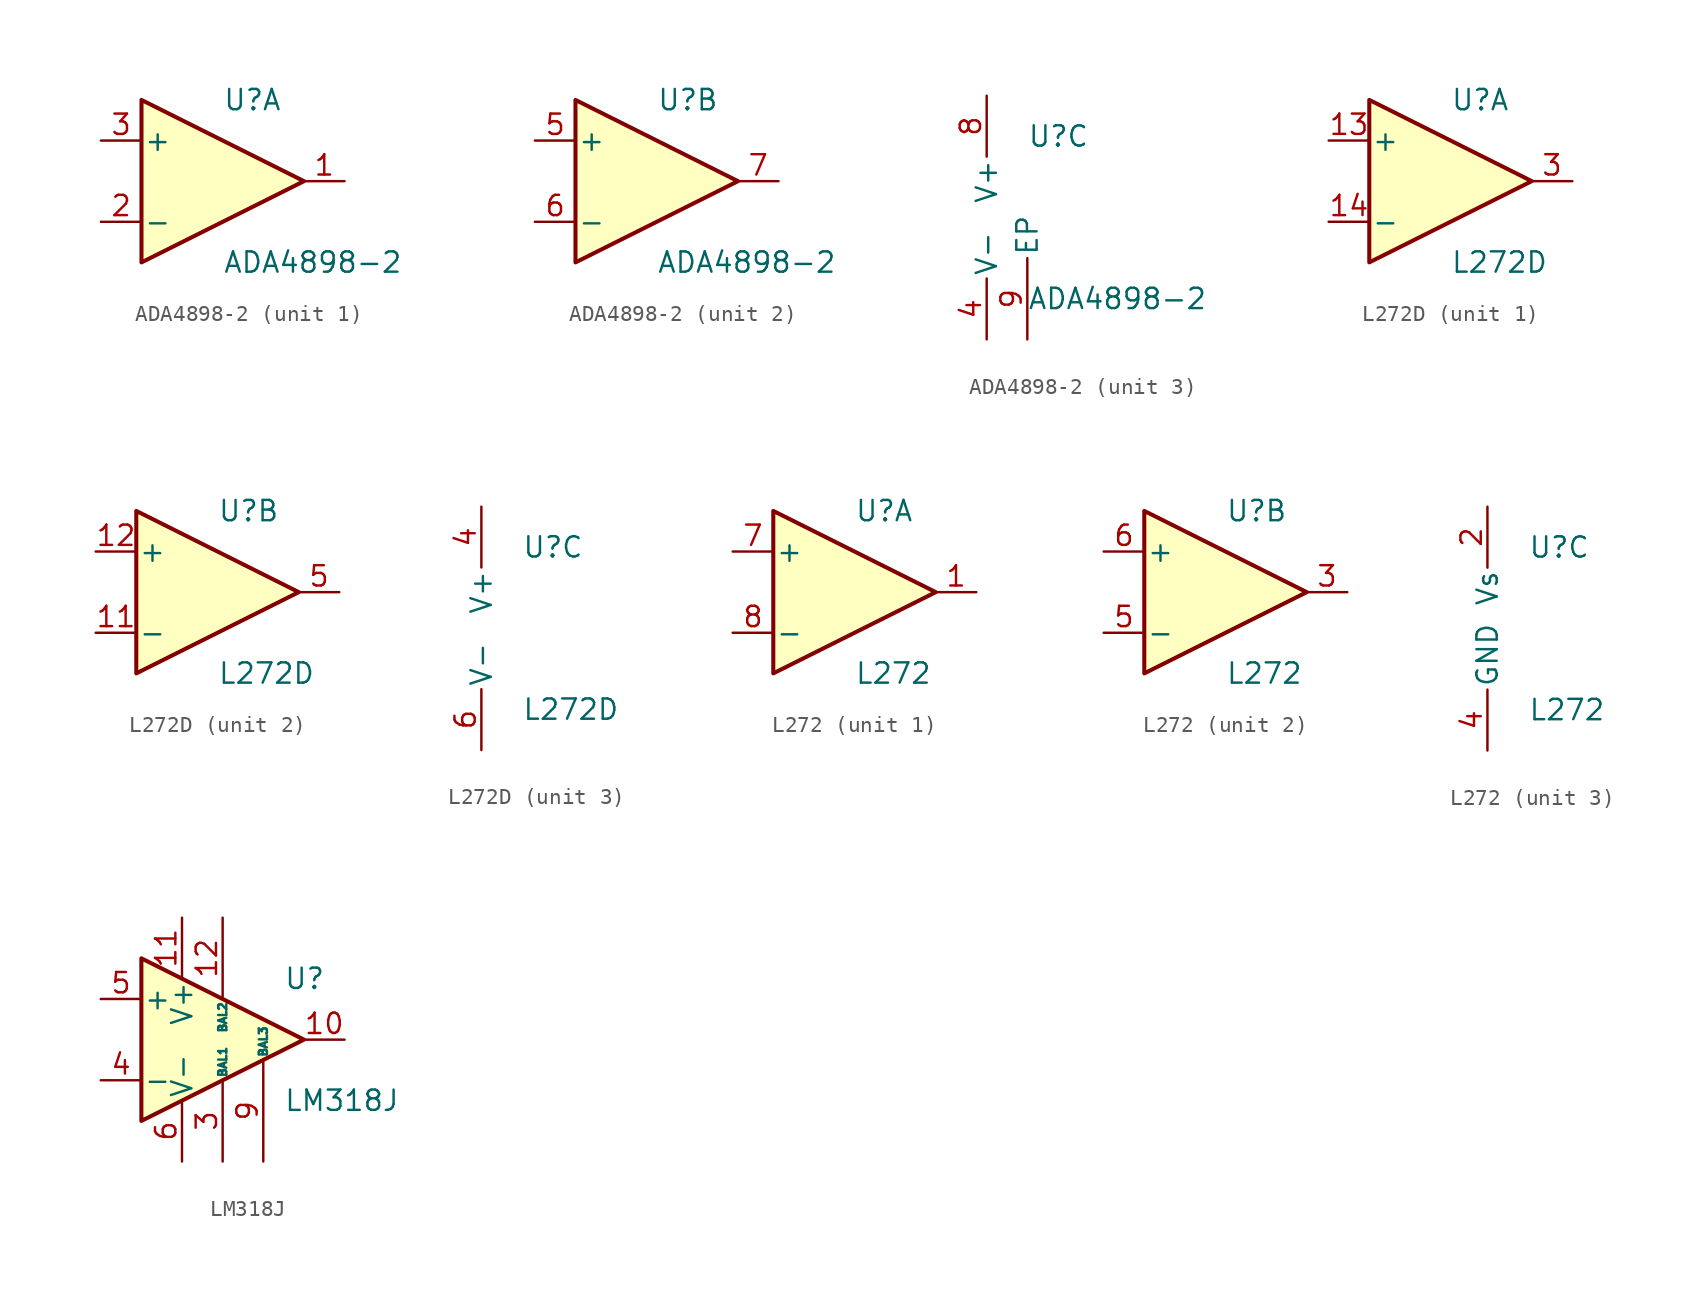
<source format=kicad_sym>
(kicad_symbol_lib
  (version 20201005)
  (generator kicad_symbol_editor)
  (symbol "ADA4898-2"
    (pin_names
      (offset 0.127))
    (property "Reference" "U"
      (at 0 5.08 0)
      (effects (font (size 1.27 1.27)) (justify left)))
    (property "Value" "ADA4898-2"
      (at 0 -5.08 0)
      (effects (font (size 1.27 1.27)) (justify left)))
    (property "ki_locked" ""
      (at 0 0 0)
      (effects (font (size 1.27 1.27))))
    (symbol "ADA4898-2_1_1"
      (polyline (pts (xy -5.08 5.08) (xy 5.08 0) (xy -5.08 -5.08) (xy -5.08 5.08)) (stroke (width 0.254)) (fill (type background)))
      (pin output line (at 7.62 0 180) (length 2.54) (name "~" (effects (font (size 1.27 1.27)))) (number "1" (effects (font (size 1.27 1.27)))))
      (pin input line (at -7.62 -2.54 0) (length 2.54) (name "-" (effects (font (size 1.27 1.27)))) (number "2" (effects (font (size 1.27 1.27)))))
      (pin input line (at -7.62 2.54 0) (length 2.54) (name "+" (effects (font (size 1.27 1.27)))) (number "3" (effects (font (size 1.27 1.27))))))
    (symbol "ADA4898-2_2_1"
      (polyline (pts (xy -5.08 5.08) (xy 5.08 0) (xy -5.08 -5.08) (xy -5.08 5.08)) (stroke (width 0.254)) (fill (type background)))
      (pin input line (at -7.62 2.54 0) (length 2.54) (name "+" (effects (font (size 1.27 1.27)))) (number "5" (effects (font (size 1.27 1.27)))))
      (pin input line (at -7.62 -2.54 0) (length 2.54) (name "-" (effects (font (size 1.27 1.27)))) (number "6" (effects (font (size 1.27 1.27)))))
      (pin output line (at 7.62 0 180) (length 2.54) (name "~" (effects (font (size 1.27 1.27)))) (number "7" (effects (font (size 1.27 1.27))))))
    (symbol "ADA4898-2_3_1"
      (pin power_in line (at -2.54 -7.62 90) (length 3.81) (name "V-" (effects (font (size 1.27 1.27)))) (number "4" (effects (font (size 1.27 1.27)))))
      (pin power_in line (at -2.54 7.62 270) (length 3.81) (name "V+" (effects (font (size 1.27 1.27)))) (number "8" (effects (font (size 1.27 1.27)))))
      (pin passive line (at 0 -7.62 90) (length 5.08) (name "EP" (effects (font (size 1.27 1.27)))) (number "9" (effects (font (size 1.27 1.27)))))))
  (symbol "L272D"
    (pin_names
      (offset 0.127))
    (property "Reference" "U"
      (at 0 5.08 0)
      (effects (font (size 1.27 1.27)) (justify left)))
    (property "Value" "L272D"
      (at 0 -5.08 0)
      (effects (font (size 1.27 1.27)) (justify left)))
    (property "ki_locked" ""
      (at 0 0 0)
      (effects (font (size 1.27 1.27))))
    (symbol "L272D_1_1"
      (polyline (pts (xy -5.08 5.08) (xy 5.08 0) (xy -5.08 -5.08) (xy -5.08 5.08)) (stroke (width 0.254)) (fill (type background)))
      (pin no_connect line (at -2.54 -2.54 90) (length 2.54) hide (name "NC" (effects (font (size 1.27 1.27)))) (number "1" (effects (font (size 1.27 1.27)))))
      (pin input line (at -7.62 2.54 0) (length 2.54) (name "+" (effects (font (size 1.27 1.27)))) (number "13" (effects (font (size 1.27 1.27)))))
      (pin input line (at -7.62 -2.54 0) (length 2.54) (name "-" (effects (font (size 1.27 1.27)))) (number "14" (effects (font (size 1.27 1.27)))))
      (pin no_connect line (at 0 -2.54 90) (length 2.54) hide (name "NC" (effects (font (size 1.27 1.27)))) (number "2" (effects (font (size 1.27 1.27)))))
      (pin output line (at 7.62 0 180) (length 2.54) (name "~" (effects (font (size 1.27 1.27)))) (number "3" (effects (font (size 1.27 1.27)))))
      (pin no_connect line (at -2.54 2.54 90) (length 2.54) hide (name "NC" (effects (font (size 1.27 1.27)))) (number "7" (effects (font (size 1.27 1.27)))))
      (pin no_connect line (at 0 2.54 90) (length 2.54) hide (name "NC" (effects (font (size 1.27 1.27)))) (number "8" (effects (font (size 1.27 1.27))))))
    (symbol "L272D_2_1"
      (polyline (pts (xy -5.08 5.08) (xy 5.08 0) (xy -5.08 -5.08) (xy -5.08 5.08)) (stroke (width 0.254)) (fill (type background)))
      (pin no_connect line (at 0 -2.54 270) (length 2.54) hide (name "NC" (effects (font (size 1.27 1.27)))) (number "10" (effects (font (size 1.27 1.27)))))
      (pin input line (at -7.62 -2.54 0) (length 2.54) (name "-" (effects (font (size 1.27 1.27)))) (number "11" (effects (font (size 1.27 1.27)))))
      (pin input line (at -7.62 2.54 0) (length 2.54) (name "+" (effects (font (size 1.27 1.27)))) (number "12" (effects (font (size 1.27 1.27)))))
      (pin no_connect line (at -2.54 2.54 270) (length 2.54) hide (name "NC" (effects (font (size 1.27 1.27)))) (number "15" (effects (font (size 1.27 1.27)))))
      (pin no_connect line (at 0 2.54 270) (length 2.54) hide (name "NC" (effects (font (size 1.27 1.27)))) (number "16" (effects (font (size 1.27 1.27)))))
      (pin output line (at 7.62 0 180) (length 2.54) (name "~" (effects (font (size 1.27 1.27)))) (number "5" (effects (font (size 1.27 1.27)))))
      (pin no_connect line (at -2.54 -2.54 270) (length 2.54) hide (name "NC" (effects (font (size 1.27 1.27)))) (number "9" (effects (font (size 1.27 1.27))))))
    (symbol "L272D_3_1"
      (pin power_in line (at -2.54 7.62 270) (length 3.81) (name "V+" (effects (font (size 1.27 1.27)))) (number "4" (effects (font (size 1.27 1.27)))))
      (pin power_in line (at -2.54 -7.62 90) (length 3.81) (name "V-" (effects (font (size 1.27 1.27)))) (number "6" (effects (font (size 1.27 1.27)))))))
  (symbol "L272"
    (pin_names
      (offset 0.127))
    (property "Reference" "U"
      (at 0 5.08 0)
      (effects (font (size 1.27 1.27)) (justify left)))
    (property "Value" "L272"
      (at 0 -5.08 0)
      (effects (font (size 1.27 1.27)) (justify left)))
    (property "ki_locked" ""
      (at 0 0 0)
      (effects (font (size 1.27 1.27))))
    (symbol "L272_1_1"
      (polyline (pts (xy -5.08 5.08) (xy 5.08 0) (xy -5.08 -5.08) (xy -5.08 5.08)) (stroke (width 0.254)) (fill (type background)))
      (pin output line (at 7.62 0 180) (length 2.54) (name "~" (effects (font (size 1.27 1.27)))) (number "1" (effects (font (size 1.27 1.27)))))
      (pin input line (at -7.62 2.54 0) (length 2.54) (name "+" (effects (font (size 1.27 1.27)))) (number "7" (effects (font (size 1.27 1.27)))))
      (pin input line (at -7.62 -2.54 0) (length 2.54) (name "-" (effects (font (size 1.27 1.27)))) (number "8" (effects (font (size 1.27 1.27))))))
    (symbol "L272_2_1"
      (polyline (pts (xy -5.08 5.08) (xy 5.08 0) (xy -5.08 -5.08) (xy -5.08 5.08)) (stroke (width 0.254)) (fill (type background)))
      (pin output line (at 7.62 0 180) (length 2.54) (name "~" (effects (font (size 1.27 1.27)))) (number "3" (effects (font (size 1.27 1.27)))))
      (pin input line (at -7.62 -2.54 0) (length 2.54) (name "-" (effects (font (size 1.27 1.27)))) (number "5" (effects (font (size 1.27 1.27)))))
      (pin input line (at -7.62 2.54 0) (length 2.54) (name "+" (effects (font (size 1.27 1.27)))) (number "6" (effects (font (size 1.27 1.27))))))
    (symbol "L272_3_1"
      (pin passive line (at -2.54 -7.62 90) (length 3.81) hide (name "GND" (effects (font (size 1.27 1.27)))) (number "10" (effects (font (size 1.27 1.27)))))
      (pin passive line (at -2.54 -7.62 90) (length 3.81) hide (name "GND" (effects (font (size 1.27 1.27)))) (number "11" (effects (font (size 1.27 1.27)))))
      (pin passive line (at -2.54 -7.62 90) (length 3.81) hide (name "GND" (effects (font (size 1.27 1.27)))) (number "12" (effects (font (size 1.27 1.27)))))
      (pin passive line (at -2.54 -7.62 90) (length 3.81) hide (name "GND" (effects (font (size 1.27 1.27)))) (number "13" (effects (font (size 1.27 1.27)))))
      (pin passive line (at -2.54 -7.62 90) (length 3.81) hide (name "GND" (effects (font (size 1.27 1.27)))) (number "14" (effects (font (size 1.27 1.27)))))
      (pin passive line (at -2.54 -7.62 90) (length 3.81) hide (name "GND" (effects (font (size 1.27 1.27)))) (number "15" (effects (font (size 1.27 1.27)))))
      (pin passive line (at -2.54 -7.62 90) (length 3.81) hide (name "GND" (effects (font (size 1.27 1.27)))) (number "16" (effects (font (size 1.27 1.27)))))
      (pin power_in line (at -2.54 7.62 270) (length 3.81) (name "Vs" (effects (font (size 1.27 1.27)))) (number "2" (effects (font (size 1.27 1.27)))))
      (pin power_in line (at -2.54 -7.62 90) (length 3.81) (name "GND" (effects (font (size 1.27 1.27)))) (number "4" (effects (font (size 1.27 1.27)))))
      (pin passive line (at -2.54 -7.62 90) (length 3.81) hide (name "GND" (effects (font (size 1.27 1.27)))) (number "9" (effects (font (size 1.27 1.27)))))))
  (symbol "LM318J"
    (pin_names
      (offset 0.127))
    (property "Reference" "U"
      (at 3.81 3.81 0)
      (effects (font (size 1.27 1.27)) (justify left)))
    (property "Value" "LM318J"
      (at 3.81 -3.81 0)
      (effects (font (size 1.27 1.27)) (justify left)))
    (symbol "LM318J_0_1"
      (polyline (pts (xy 5.08 0) (xy -5.08 5.08) (xy -5.08 -5.08) (xy 5.08 0)) (stroke (width 0.254)) (fill (type background))))
    (symbol "LM318J_1_1"
      (pin no_connect line (at -5.08 2.54 270) (length 2.54) hide (name "NC" (effects (font (size 1.27 1.27)))) (number "1" (effects (font (size 1.27 1.27)))))
      (pin output line (at 7.62 0 180) (length 2.54) (name "~" (effects (font (size 1.27 1.27)))) (number "10" (effects (font (size 1.27 1.27)))))
      (pin power_in line (at -2.54 7.62 270) (length 3.81) (name "V+" (effects (font (size 1.27 1.27)))) (number "11" (effects (font (size 1.27 1.27)))))
      (pin passive line (at 0 7.62 270) (length 5.08) (name "BAL2" (effects (font (size 0.508 0.508)))) (number "12" (effects (font (size 1.27 1.27)))))
      (pin no_connect line (at 0 2.54 270) (length 2.54) hide (name "NC" (effects (font (size 1.27 1.27)))) (number "13" (effects (font (size 1.27 1.27)))))
      (pin no_connect line (at 0 -2.54 90) (length 2.54) hide (name "NC" (effects (font (size 1.27 1.27)))) (number "14" (effects (font (size 1.27 1.27)))))
      (pin no_connect line (at -2.54 2.54 270) (length 2.54) hide (name "NC" (effects (font (size 1.27 1.27)))) (number "2" (effects (font (size 1.27 1.27)))))
      (pin passive line (at 0 -7.62 90) (length 5.08) (name "BAL1" (effects (font (size 0.508 0.508)))) (number "3" (effects (font (size 1.27 1.27)))))
      (pin input line (at -7.62 -2.54 0) (length 2.54) (name "-" (effects (font (size 1.27 1.27)))) (number "4" (effects (font (size 1.27 1.27)))))
      (pin input line (at -7.62 2.54 0) (length 2.54) (name "+" (effects (font (size 1.27 1.27)))) (number "5" (effects (font (size 1.27 1.27)))))
      (pin power_in line (at -2.54 -7.62 90) (length 3.81) (name "V-" (effects (font (size 1.27 1.27)))) (number "6" (effects (font (size 1.27 1.27)))))
      (pin no_connect line (at -5.08 -2.54 90) (length 2.54) hide (name "NC" (effects (font (size 1.27 1.27)))) (number "7" (effects (font (size 1.27 1.27)))))
      (pin no_connect line (at -2.54 -2.54 90) (length 2.54) hide (name "NC" (effects (font (size 1.27 1.27)))) (number "8" (effects (font (size 1.27 1.27)))))
      (pin passive line (at 2.54 -7.62 90) (length 6.35) (name "BAL3" (effects (font (size 0.508 0.508)))) (number "9" (effects (font (size 1.27 1.27))))))))
</source>
